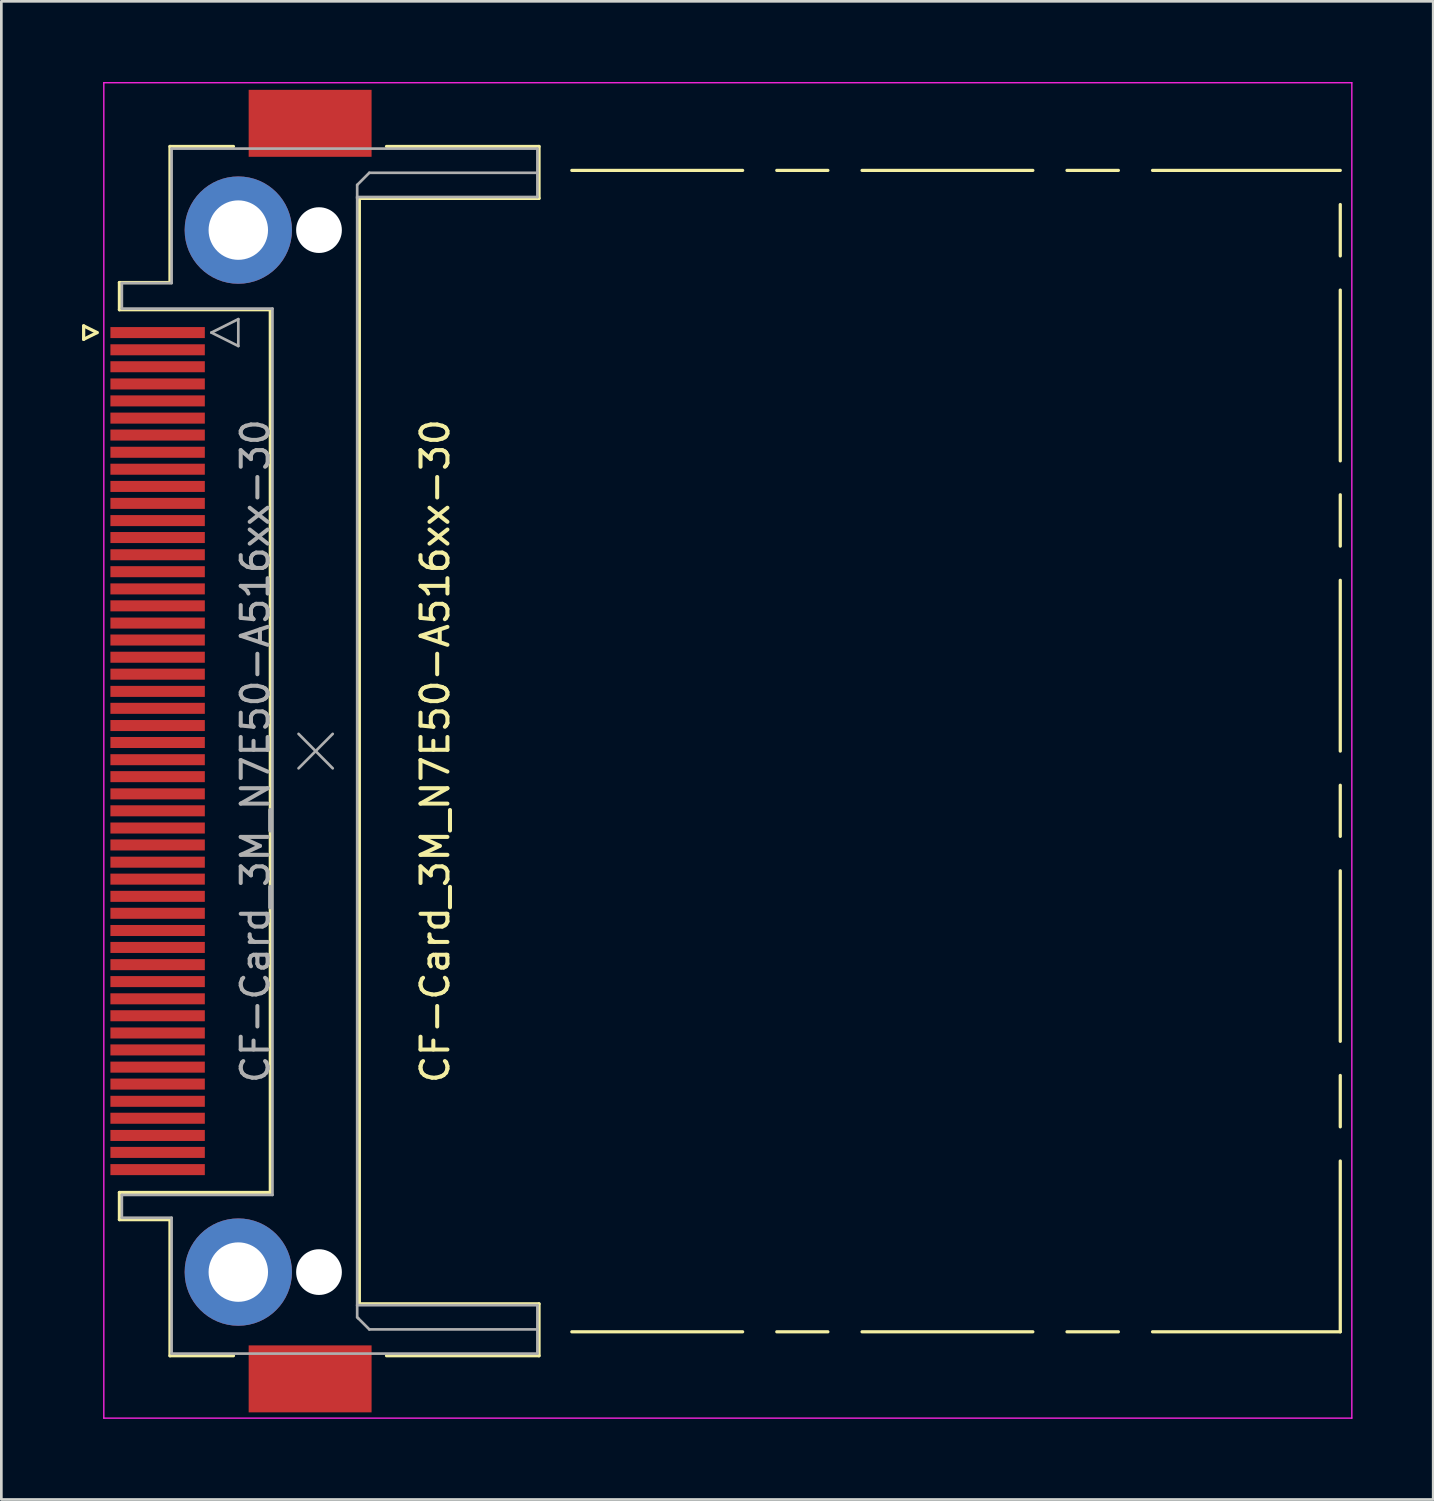
<source format=kicad_pcb>
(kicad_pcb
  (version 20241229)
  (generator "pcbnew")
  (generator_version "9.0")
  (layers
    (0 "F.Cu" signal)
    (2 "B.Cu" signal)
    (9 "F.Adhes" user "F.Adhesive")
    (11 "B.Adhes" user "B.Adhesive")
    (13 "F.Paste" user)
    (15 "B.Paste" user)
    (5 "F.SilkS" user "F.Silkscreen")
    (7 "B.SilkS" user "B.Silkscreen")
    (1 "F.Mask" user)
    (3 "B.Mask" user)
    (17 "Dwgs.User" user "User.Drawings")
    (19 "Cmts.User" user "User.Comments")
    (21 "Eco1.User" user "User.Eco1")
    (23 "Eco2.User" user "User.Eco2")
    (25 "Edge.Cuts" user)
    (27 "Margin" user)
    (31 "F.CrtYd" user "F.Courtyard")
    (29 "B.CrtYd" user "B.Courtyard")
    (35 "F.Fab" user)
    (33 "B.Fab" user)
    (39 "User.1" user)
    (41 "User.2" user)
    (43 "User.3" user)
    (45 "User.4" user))
  (footprint "CF-Card_3M_N7E50-A516xx-30"
    (layer "F.Cu")
    (at 5.91 24.875)
    (property "Reference" "CF-Card_3M_N7E50-A516xx-30" (at 7.22 0 90) (layer "F.SilkS") (effects (font (size 1 1) (thickness 0.15))))
    (attr smd)
    (fp_line (start -5.85 -15.81) (end -5.85 -15.31) (stroke (width 0.12) (type solid)) (layer "F.SilkS"))
    (fp_line (start -5.85 -15.31) (end -5.35 -15.56) (stroke (width 0.12) (type solid)) (layer "F.SilkS"))
    (fp_line (start -5.35 -15.56) (end -5.85 -15.81) (stroke (width 0.12) (type solid)) (layer "F.SilkS"))
    (fp_line (start -4.52 -17.42) (end -2.64 -17.42) (stroke (width 0.12) (type solid)) (layer "F.SilkS"))
    (fp_line (start -4.52 -16.41) (end -4.52 -17.42) (stroke (width 0.12) (type solid)) (layer "F.SilkS"))
    (fp_line (start -4.52 16.41) (end 1.09 16.41) (stroke (width 0.12) (type solid)) (layer "F.SilkS"))
    (fp_line (start -4.52 17.42) (end -4.52 16.41) (stroke (width 0.12) (type solid)) (layer "F.SilkS"))
    (fp_line (start -2.64 -22.48) (end -0.28 -22.48) (stroke (width 0.12) (type solid)) (layer "F.SilkS"))
    (fp_line (start -2.64 -17.42) (end -2.64 -22.48) (stroke (width 0.12) (type solid)) (layer "F.SilkS"))
    (fp_line (start -2.64 17.42) (end -4.52 17.42) (stroke (width 0.12) (type solid)) (layer "F.SilkS"))
    (fp_line (start -2.64 22.48) (end -2.64 17.42) (stroke (width 0.12) (type solid)) (layer "F.SilkS"))
    (fp_line (start -0.28 22.48) (end -2.64 22.48) (stroke (width 0.12) (type solid)) (layer "F.SilkS"))
    (fp_line (start 1.09 -16.41) (end -4.52 -16.41) (stroke (width 0.12) (type solid)) (layer "F.SilkS"))
    (fp_line (start 1.09 16.41) (end 1.09 -16.41) (stroke (width 0.12) (type solid)) (layer "F.SilkS"))
    (fp_line (start 4.4 -20.55) (end 11.08 -20.55) (stroke (width 0.12) (type solid)) (layer "F.SilkS"))
    (fp_line (start 4.4 20.55) (end 4.4 -20.55) (stroke (width 0.12) (type solid)) (layer "F.SilkS"))
    (fp_line (start 5.41 22.48) (end 11.08 22.48) (stroke (width 0.12) (type solid)) (layer "F.SilkS"))
    (fp_line (start 11.08 -22.48) (end 5.41 -22.48) (stroke (width 0.12) (type solid)) (layer "F.SilkS"))
    (fp_line (start 11.08 -20.55) (end 11.08 -22.48) (stroke (width 0.12) (type solid)) (layer "F.SilkS"))
    (fp_line (start 11.08 20.55) (end 4.4 20.55) (stroke (width 0.12) (type solid)) (layer "F.SilkS"))
    (fp_line (start 11.08 22.48) (end 11.08 20.55) (stroke (width 0.12) (type solid)) (layer "F.SilkS"))
    (fp_line (start 12.3 -21.59) (end 18.65 -21.59) (stroke (width 0.12) (type solid)) (layer "F.SilkS"))
    (fp_line (start 12.3 21.59) (end 18.65 21.59) (stroke (width 0.12) (type solid)) (layer "F.SilkS"))
    (fp_line (start 19.92 -21.59) (end 21.82 -21.59) (stroke (width 0.12) (type solid)) (layer "F.SilkS"))
    (fp_line (start 19.92 21.59) (end 21.82 21.59) (stroke (width 0.12) (type solid)) (layer "F.SilkS"))
    (fp_line (start 23.09 -21.59) (end 29.44 -21.59) (stroke (width 0.12) (type solid)) (layer "F.SilkS"))
    (fp_line (start 23.09 21.59) (end 29.44 21.59) (stroke (width 0.12) (type solid)) (layer "F.SilkS"))
    (fp_line (start 30.71 -21.59) (end 32.62 -21.59) (stroke (width 0.12) (type solid)) (layer "F.SilkS"))
    (fp_line (start 30.71 21.59) (end 32.62 21.59) (stroke (width 0.12) (type solid)) (layer "F.SilkS"))
    (fp_line (start 33.89 -21.59) (end 40.87 -21.59) (stroke (width 0.12) (type solid)) (layer "F.SilkS"))
    (fp_line (start 33.89 21.59) (end 40.87 21.59) (stroke (width 0.12) (type solid)) (layer "F.SilkS"))
    (fp_line (start 40.87 -18.41) (end 40.87 -20.32) (stroke (width 0.12) (type solid)) (layer "F.SilkS"))
    (fp_line (start 40.87 -10.79) (end 40.87 -17.14) (stroke (width 0.12) (type solid)) (layer "F.SilkS"))
    (fp_line (start 40.87 -7.62) (end 40.87 -9.53) (stroke (width 0.12) (type solid)) (layer "F.SilkS"))
    (fp_line (start 40.87 0) (end 40.87 -6.35) (stroke (width 0.12) (type solid)) (layer "F.SilkS"))
    (fp_line (start 40.87 3.17) (end 40.87 1.27) (stroke (width 0.12) (type solid)) (layer "F.SilkS"))
    (fp_line (start 40.87 10.79) (end 40.87 4.45) (stroke (width 0.12) (type solid)) (layer "F.SilkS"))
    (fp_line (start 40.87 13.97) (end 40.87 12.06) (stroke (width 0.12) (type solid)) (layer "F.SilkS"))
    (fp_line (start 40.87 21.59) (end 40.87 15.24) (stroke (width 0.12) (type solid)) (layer "F.SilkS"))
    (fp_line (start -5.1 -24.85) (end 41.3 -24.85) (stroke (width 0.05) (type solid)) (layer "F.CrtYd"))
    (fp_line (start -5.1 24.8) (end -5.1 -24.85) (stroke (width 0.05) (type solid)) (layer "F.CrtYd"))
    (fp_line (start -5.1 24.8) (end 41.3 24.8) (stroke (width 0.05) (type solid)) (layer "F.CrtYd"))
    (fp_line (start 41.3 24.8) (end 41.3 -24.85) (stroke (width 0.05) (type solid)) (layer "F.CrtYd"))
    (fp_line (start -4.43 -17.4) (end -4.43 -16.45) (stroke (width 0.1) (type solid)) (layer "F.Fab"))
    (fp_line (start -4.43 -16.45) (end 1.17 -16.45) (stroke (width 0.1) (type solid)) (layer "F.Fab"))
    (fp_line (start -4.43 16.5) (end -4.43 17.35) (stroke (width 0.1) (type solid)) (layer "F.Fab"))
    (fp_line (start -4.43 17.35) (end -2.58 17.35) (stroke (width 0.1) (type solid)) (layer "F.Fab"))
    (fp_line (start -2.58 -22.4) (end -2.58 -17.4) (stroke (width 0.1) (type solid)) (layer "F.Fab"))
    (fp_line (start -2.58 -17.4) (end -4.43 -17.4) (stroke (width 0.1) (type solid)) (layer "F.Fab"))
    (fp_line (start -2.58 17.35) (end -2.58 22.4) (stroke (width 0.1) (type solid)) (layer "F.Fab"))
    (fp_line (start -2.58 22.4) (end 11.02 22.4) (stroke (width 0.1) (type solid)) (layer "F.Fab"))
    (fp_line (start -1.1 -15.56) (end -0.1 -15.06) (stroke (width 0.1) (type solid)) (layer "F.Fab"))
    (fp_line (start -0.1 -16.06) (end -1.1 -15.56) (stroke (width 0.1) (type solid)) (layer "F.Fab"))
    (fp_line (start -0.1 -15.06) (end -0.1 -16.06) (stroke (width 0.1) (type solid)) (layer "F.Fab"))
    (fp_line (start 1.17 -16.45) (end 1.17 16.5) (stroke (width 0.1) (type solid)) (layer "F.Fab"))
    (fp_line (start 1.17 16.5) (end -4.43 16.5) (stroke (width 0.1) (type solid)) (layer "F.Fab"))
    (fp_line (start 2.14 -0.64) (end 3.41 0.64) (stroke (width 0.1) (type solid)) (layer "F.Fab"))
    (fp_line (start 2.14 0.64) (end 3.41 -0.64) (stroke (width 0.1) (type solid)) (layer "F.Fab"))
    (fp_line (start 4.32 -21.05) (end 4.32 -20.55) (stroke (width 0.1) (type solid)) (layer "F.Fab"))
    (fp_line (start 4.32 -20.6) (end 11.02 -20.6) (stroke (width 0.1) (type solid)) (layer "F.Fab"))
    (fp_line (start 4.32 20.6) (end 4.32 -20.6) (stroke (width 0.1) (type solid)) (layer "F.Fab"))
    (fp_line (start 4.32 21.05) (end 4.32 20.6) (stroke (width 0.1) (type solid)) (layer "F.Fab"))
    (fp_line (start 4.37 21.1) (end 4.32 21.05) (stroke (width 0.1) (type solid)) (layer "F.Fab"))
    (fp_line (start 4.77 -21.5) (end 4.32 -21.05) (stroke (width 0.1) (type solid)) (layer "F.Fab"))
    (fp_line (start 4.77 21.5) (end 4.37 21.1) (stroke (width 0.1) (type solid)) (layer "F.Fab"))
    (fp_line (start 11.02 -22.4) (end -2.58 -22.4) (stroke (width 0.1) (type solid)) (layer "F.Fab"))
    (fp_line (start 11.02 -21.5) (end 4.77 -21.5) (stroke (width 0.1) (type solid)) (layer "F.Fab"))
    (fp_line (start 11.02 -20.6) (end 11.02 -22.4) (stroke (width 0.1) (type solid)) (layer "F.Fab"))
    (fp_line (start 11.02 20.6) (end 4.32 20.6) (stroke (width 0.1) (type solid)) (layer "F.Fab"))
    (fp_line (start 11.02 21.5) (end 4.77 21.5) (stroke (width 0.1) (type solid)) (layer "F.Fab"))
    (fp_line (start 11.02 22.4) (end 11.02 20.6) (stroke (width 0.1) (type solid)) (layer "F.Fab"))
    (fp_text user "${REFERENCE}" (at 0.535 0 90) (layer "F.Fab") (effects (font (size 1 1) (thickness 0.15))))
    (pad "" thru_hole circle (at -0.1 -19.37 90) (size 3.99 3.99) (drill 2.21) (layers "*.Cu" "*.Mask"))
    (pad "" thru_hole circle (at -0.1 19.37 90) (size 3.99 3.99) (drill 2.21) (layers "*.Cu" "*.Mask"))
    (pad "" smd rect (at 2.57 -23.34 90) (size 2.49 4.57) (layers "F.Cu" "F.Mask" "F.Paste"))
    (pad "" smd rect (at 2.57 23.34 90) (size 2.49 4.57) (layers "F.Cu" "F.Mask" "F.Paste"))
    (pad "" np_thru_hole circle (at 2.9 -19.37 90) (size 1.7 1.7) (drill 1.7) (layers "*.Cu" "*.Mask"))
    (pad "" np_thru_hole circle (at 2.9 19.37 90) (size 1.7 1.7) (drill 1.7) (layers "*.Cu" "*.Mask"))
    (pad "1" smd rect (at -3.1 -15.56 90) (size 0.41 3.51) (layers "F.Cu" "F.Mask" "F.Paste"))
    (pad "2" smd rect (at -3.1 -14.29 90) (size 0.41 3.51) (layers "F.Cu" "F.Mask" "F.Paste"))
    (pad "3" smd rect (at -3.1 -13.02 90) (size 0.41 3.51) (layers "F.Cu" "F.Mask" "F.Paste"))
    (pad "4" smd rect (at -3.1 -11.75 90) (size 0.41 3.51) (layers "F.Cu" "F.Mask" "F.Paste"))
    (pad "5" smd rect (at -3.1 -10.48 90) (size 0.41 3.51) (layers "F.Cu" "F.Mask" "F.Paste"))
    (pad "6" smd rect (at -3.1 -9.21 90) (size 0.41 3.51) (layers "F.Cu" "F.Mask" "F.Paste"))
    (pad "7" smd rect (at -3.1 -7.94 90) (size 0.41 3.51) (layers "F.Cu" "F.Mask" "F.Paste"))
    (pad "8" smd rect (at -3.1 -6.67 90) (size 0.41 3.51) (layers "F.Cu" "F.Mask" "F.Paste"))
    (pad "9" smd rect (at -3.1 -5.4 90) (size 0.41 3.51) (layers "F.Cu" "F.Mask" "F.Paste"))
    (pad "10" smd rect (at -3.1 -4.13 90) (size 0.41 3.51) (layers "F.Cu" "F.Mask" "F.Paste"))
    (pad "11" smd rect (at -3.1 -2.86 90) (size 0.41 3.51) (layers "F.Cu" "F.Mask" "F.Paste"))
    (pad "12" smd rect (at -3.1 -1.59 90) (size 0.41 3.51) (layers "F.Cu" "F.Mask" "F.Paste"))
    (pad "13" smd rect (at -3.1 -0.32 90) (size 0.41 3.51) (layers "F.Cu" "F.Mask" "F.Paste"))
    (pad "14" smd rect (at -3.1 0.95 90) (size 0.41 3.51) (layers "F.Cu" "F.Mask" "F.Paste"))
    (pad "15" smd rect (at -3.1 2.22 90) (size 0.41 3.51) (layers "F.Cu" "F.Mask" "F.Paste"))
    (pad "16" smd rect (at -3.1 3.49 90) (size 0.41 3.51) (layers "F.Cu" "F.Mask" "F.Paste"))
    (pad "17" smd rect (at -3.1 4.76 90) (size 0.41 3.51) (layers "F.Cu" "F.Mask" "F.Paste"))
    (pad "18" smd rect (at -3.1 6.03 90) (size 0.41 3.51) (layers "F.Cu" "F.Mask" "F.Paste"))
    (pad "19" smd rect (at -3.1 7.3 90) (size 0.41 3.51) (layers "F.Cu" "F.Mask" "F.Paste"))
    (pad "20" smd rect (at -3.1 8.57 90) (size 0.41 3.51) (layers "F.Cu" "F.Mask" "F.Paste"))
    (pad "21" smd rect (at -3.1 9.84 90) (size 0.41 3.51) (layers "F.Cu" "F.Mask" "F.Paste"))
    (pad "22" smd rect (at -3.1 11.11 90) (size 0.41 3.51) (layers "F.Cu" "F.Mask" "F.Paste"))
    (pad "23" smd rect (at -3.1 12.38 90) (size 0.41 3.51) (layers "F.Cu" "F.Mask" "F.Paste"))
    (pad "24" smd rect (at -3.1 13.65 90) (size 0.41 3.51) (layers "F.Cu" "F.Mask" "F.Paste"))
    (pad "25" smd rect (at -3.1 14.92 90) (size 0.41 3.51) (layers "F.Cu" "F.Mask" "F.Paste"))
    (pad "26" smd rect (at -3.1 -14.92 90) (size 0.41 3.51) (layers "F.Cu" "F.Mask" "F.Paste"))
    (pad "27" smd rect (at -3.1 -13.65 90) (size 0.41 3.51) (layers "F.Cu" "F.Mask" "F.Paste"))
    (pad "28" smd rect (at -3.1 -12.38 90) (size 0.41 3.51) (layers "F.Cu" "F.Mask" "F.Paste"))
    (pad "29" smd rect (at -3.1 -11.11 90) (size 0.41 3.51) (layers "F.Cu" "F.Mask" "F.Paste"))
    (pad "30" smd rect (at -3.1 -9.84 90) (size 0.41 3.51) (layers "F.Cu" "F.Mask" "F.Paste"))
    (pad "31" smd rect (at -3.1 -8.57 90) (size 0.41 3.51) (layers "F.Cu" "F.Mask" "F.Paste"))
    (pad "32" smd rect (at -3.1 -7.3 90) (size 0.41 3.51) (layers "F.Cu" "F.Mask" "F.Paste"))
    (pad "33" smd rect (at -3.1 -6.03 90) (size 0.41 3.51) (layers "F.Cu" "F.Mask" "F.Paste"))
    (pad "34" smd rect (at -3.1 -4.76 90) (size 0.41 3.51) (layers "F.Cu" "F.Mask" "F.Paste"))
    (pad "35" smd rect (at -3.1 -3.49 90) (size 0.41 3.51) (layers "F.Cu" "F.Mask" "F.Paste"))
    (pad "36" smd rect (at -3.1 -2.22 90) (size 0.41 3.51) (layers "F.Cu" "F.Mask" "F.Paste"))
    (pad "37" smd rect (at -3.1 -0.95 90) (size 0.41 3.51) (layers "F.Cu" "F.Mask" "F.Paste"))
    (pad "38" smd rect (at -3.1 0.32 90) (size 0.41 3.51) (layers "F.Cu" "F.Mask" "F.Paste"))
    (pad "39" smd rect (at -3.1 1.59 90) (size 0.41 3.51) (layers "F.Cu" "F.Mask" "F.Paste"))
    (pad "40" smd rect (at -3.1 2.86 90) (size 0.41 3.51) (layers "F.Cu" "F.Mask" "F.Paste"))
    (pad "41" smd rect (at -3.1 4.13 90) (size 0.41 3.51) (layers "F.Cu" "F.Mask" "F.Paste"))
    (pad "42" smd rect (at -3.1 5.4 90) (size 0.41 3.51) (layers "F.Cu" "F.Mask" "F.Paste"))
    (pad "43" smd rect (at -3.1 6.67 90) (size 0.41 3.51) (layers "F.Cu" "F.Mask" "F.Paste"))
    (pad "44" smd rect (at -3.1 7.94 90) (size 0.41 3.51) (layers "F.Cu" "F.Mask" "F.Paste"))
    (pad "45" smd rect (at -3.1 9.21 90) (size 0.41 3.51) (layers "F.Cu" "F.Mask" "F.Paste"))
    (pad "46" smd rect (at -3.1 10.48 90) (size 0.41 3.51) (layers "F.Cu" "F.Mask" "F.Paste"))
    (pad "47" smd rect (at -3.1 11.75 90) (size 0.41 3.51) (layers "F.Cu" "F.Mask" "F.Paste"))
    (pad "48" smd rect (at -3.1 13.02 90) (size 0.41 3.51) (layers "F.Cu" "F.Mask" "F.Paste"))
    (pad "49" smd rect (at -3.1 14.29 90) (size 0.41 3.51) (layers "F.Cu" "F.Mask" "F.Paste"))
    (pad "50" smd rect (at -3.1 15.56 90) (size 0.41 3.51) (layers "F.Cu" "F.Mask" "F.Paste")))
  (gr_rect
    (start -3 -3)
    (end 50.235 52.7)
    (stroke (width 0.1) (type default))
    (fill no)
    (layer "Edge.Cuts")))
</source>
